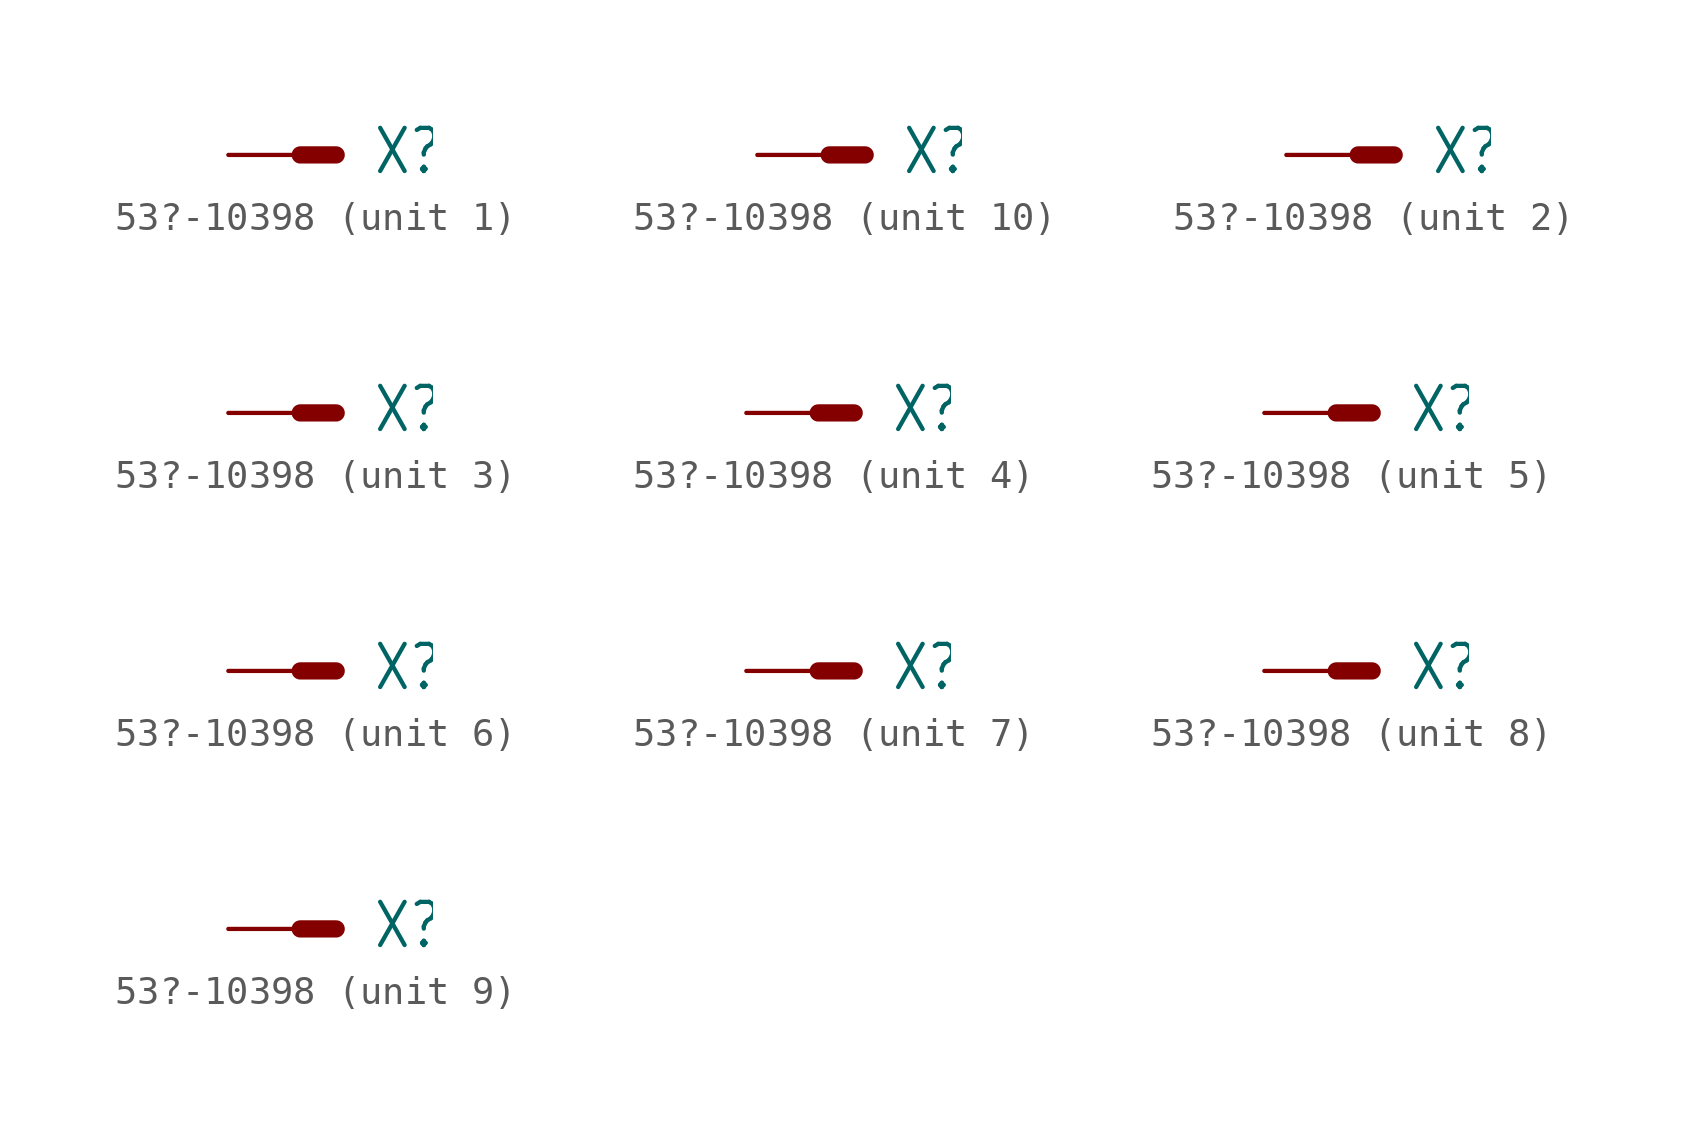
<source format=kicad_sym>
(kicad_symbol_lib
  (version 20211014)
  (generator kicad_symbol_editor)
  (symbol "53?-10398"
    (property "Reference" "X"
      (at 2.54 -0.762 0)
      (effects (font (size 1.524 1.295)) (justify left bottom)))
    (property "ki_locked" ""
      (at 0 0 0)
      (effects (font (size 1.27 1.27))))
    (symbol "53?-10398_1_0"
      (polyline (pts (xy 1.27 0) (xy 0 0)) (stroke (width 0.61) (type default) (color 0 0 0 0)) (fill (type none)))
      (pin passive line (at -2.54 0 0) (length 2.54) (name "S" (effects (font (size 0 0)))) (number "1" (effects (font (size 0 0))))))
    (symbol "53?-10398_2_0"
      (polyline (pts (xy 1.27 0) (xy 0 0)) (stroke (width 0.61) (type default) (color 0 0 0 0)) (fill (type none)))
      (pin passive line (at -2.54 0 0) (length 2.54) (name "S" (effects (font (size 0 0)))) (number "2" (effects (font (size 0 0))))))
    (symbol "53?-10398_3_0"
      (polyline (pts (xy 1.27 0) (xy 0 0)) (stroke (width 0.61) (type default) (color 0 0 0 0)) (fill (type none)))
      (pin passive line (at -2.54 0 0) (length 2.54) (name "S" (effects (font (size 0 0)))) (number "3" (effects (font (size 0 0))))))
    (symbol "53?-10398_4_0"
      (polyline (pts (xy 1.27 0) (xy 0 0)) (stroke (width 0.61) (type default) (color 0 0 0 0)) (fill (type none)))
      (pin passive line (at -2.54 0 0) (length 2.54) (name "S" (effects (font (size 0 0)))) (number "4" (effects (font (size 0 0))))))
    (symbol "53?-10398_5_0"
      (polyline (pts (xy 1.27 0) (xy 0 0)) (stroke (width 0.61) (type default) (color 0 0 0 0)) (fill (type none)))
      (pin passive line (at -2.54 0 0) (length 2.54) (name "S" (effects (font (size 0 0)))) (number "5" (effects (font (size 0 0))))))
    (symbol "53?-10398_6_0"
      (polyline (pts (xy 1.27 0) (xy 0 0)) (stroke (width 0.61) (type default) (color 0 0 0 0)) (fill (type none)))
      (pin passive line (at -2.54 0 0) (length 2.54) (name "S" (effects (font (size 0 0)))) (number "6" (effects (font (size 0 0))))))
    (symbol "53?-10398_7_0"
      (polyline (pts (xy 1.27 0) (xy 0 0)) (stroke (width 0.61) (type default) (color 0 0 0 0)) (fill (type none)))
      (pin passive line (at -2.54 0 0) (length 2.54) (name "S" (effects (font (size 0 0)))) (number "7" (effects (font (size 0 0))))))
    (symbol "53?-10398_8_0"
      (polyline (pts (xy 1.27 0) (xy 0 0)) (stroke (width 0.61) (type default) (color 0 0 0 0)) (fill (type none)))
      (pin passive line (at -2.54 0 0) (length 2.54) (name "S" (effects (font (size 0 0)))) (number "8" (effects (font (size 0 0))))))
    (symbol "53?-10398_9_0"
      (polyline (pts (xy 1.27 0) (xy 0 0)) (stroke (width 0.61) (type default) (color 0 0 0 0)) (fill (type none)))
      (pin passive line (at -2.54 0 0) (length 2.54) (name "S" (effects (font (size 0 0)))) (number "9" (effects (font (size 0 0))))))
    (symbol "53?-10398_10_0"
      (polyline (pts (xy 1.27 0) (xy 0 0)) (stroke (width 0.61) (type default) (color 0 0 0 0)) (fill (type none)))
      (pin passive line (at -2.54 0 0) (length 2.54) (name "S" (effects (font (size 0 0)))) (number "10" (effects (font (size 0 0))))))))
</source>
